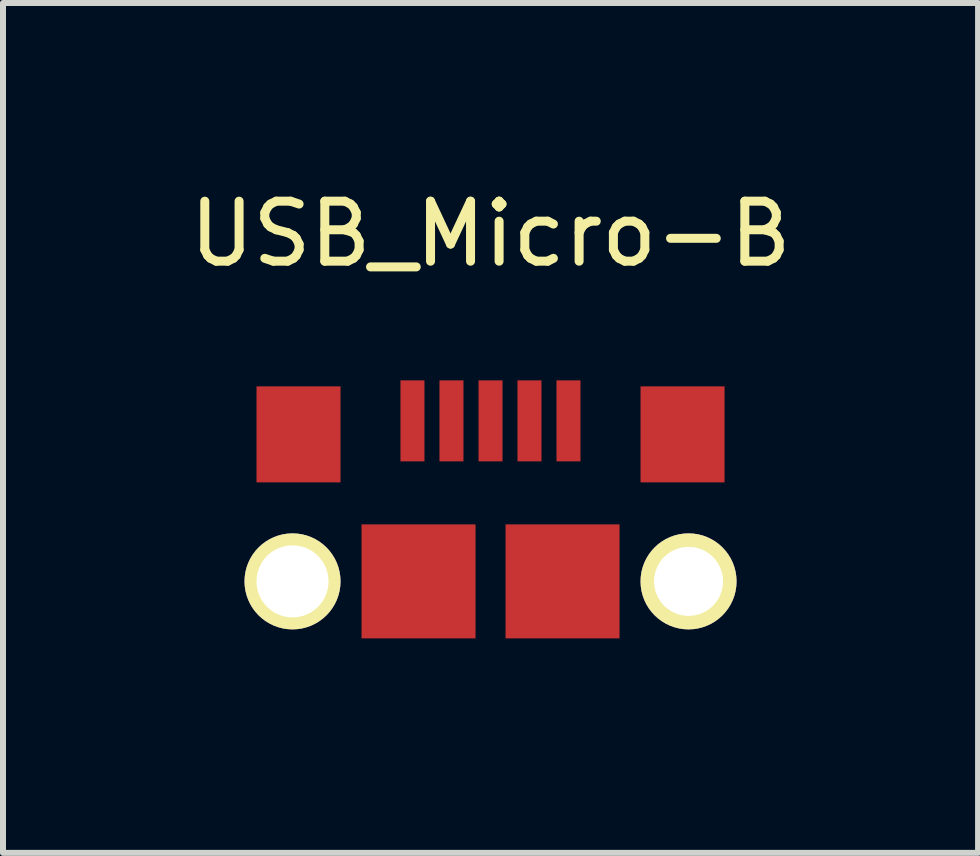
<source format=kicad_pcb>
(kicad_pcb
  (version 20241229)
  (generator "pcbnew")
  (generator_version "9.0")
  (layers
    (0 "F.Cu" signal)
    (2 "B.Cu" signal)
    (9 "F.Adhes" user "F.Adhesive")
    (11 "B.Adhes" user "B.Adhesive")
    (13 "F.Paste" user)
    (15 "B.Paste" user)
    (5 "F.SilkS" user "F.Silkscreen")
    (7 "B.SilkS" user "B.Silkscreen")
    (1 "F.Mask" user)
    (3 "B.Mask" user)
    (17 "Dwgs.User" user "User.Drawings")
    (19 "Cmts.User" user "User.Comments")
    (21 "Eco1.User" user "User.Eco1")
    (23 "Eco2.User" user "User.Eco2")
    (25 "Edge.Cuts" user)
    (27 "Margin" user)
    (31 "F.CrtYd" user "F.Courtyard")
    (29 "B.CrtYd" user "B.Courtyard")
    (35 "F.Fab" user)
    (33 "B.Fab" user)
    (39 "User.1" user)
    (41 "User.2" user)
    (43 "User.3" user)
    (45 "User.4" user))
  (footprint "USB_Micro-B"
    (layer "F.Cu")
    (at 5.125 6.639)
    (property "Reference" "USB_Micro-B" (at 0 -5.791 0) (layer "F.SilkS") (effects (font (size 1 1) (thickness 0.15))))
    (attr smd)
    (fp_line (start -5 -5) (end 5 -5) (stroke (width 0.15) (type solid)) (layer "Eco1.User"))
    (fp_line (start -5 1.45) (end -5 -5) (stroke (width 0.15) (type solid)) (layer "Eco1.User"))
    (fp_line (start -5 1.45) (end 5 1.45) (stroke (width 0.15) (type solid)) (layer "Eco1.User"))
    (fp_line (start 5 -5) (end 5 1.45) (stroke (width 0.15) (type solid)) (layer "Eco1.User"))
    (pad "" np_thru_hole circle (at -3.3 0 90) (size 1.6 1.6) (drill 1.2) (layers "*.Cu" "*.Mask" "F.SilkS"))
    (pad "" np_thru_hole circle (at 3.3 0 90) (size 1.6 1.6) (drill 1.15) (layers "*.Cu" "*.Mask" "F.SilkS"))
    (pad "1" smd rect (at -1.301 -2.675 90) (size 1.35 0.4) (layers "F.Cu" "F.Mask" "F.Paste"))
    (pad "2" smd rect (at -0.651 -2.675 90) (size 1.35 0.4) (layers "F.Cu" "F.Mask" "F.Paste"))
    (pad "3" smd rect (at 0 -2.675 90) (size 1.35 0.4) (layers "F.Cu" "F.Mask" "F.Paste"))
    (pad "4" smd rect (at 0.649 -2.675 90) (size 1.35 0.4) (layers "F.Cu" "F.Mask" "F.Paste"))
    (pad "5" smd rect (at 1.299 -2.675 90) (size 1.35 0.4) (layers "F.Cu" "F.Mask" "F.Paste"))
    (pad "6" smd rect (at -3.2 -2.45 90) (size 1.6 1.4) (layers "F.Cu" "F.Mask" "F.Paste"))
    (pad "6" smd rect (at -1.2 0 90) (size 1.9 1.9) (layers "F.Cu" "F.Mask" "F.Paste"))
    (pad "6" smd rect (at 1.2 0 90) (size 1.9 1.9) (layers "F.Cu" "F.Mask" "F.Paste"))
    (pad "6" smd rect (at 3.2 -2.45 90) (size 1.6 1.4) (layers "F.Cu" "F.Mask" "F.Paste")))
  (gr_rect
    (start -3 -3)
    (end 13.25 11.164)
    (stroke (width 0.1) (type default))
    (fill no)
    (layer "Edge.Cuts")))
</source>
